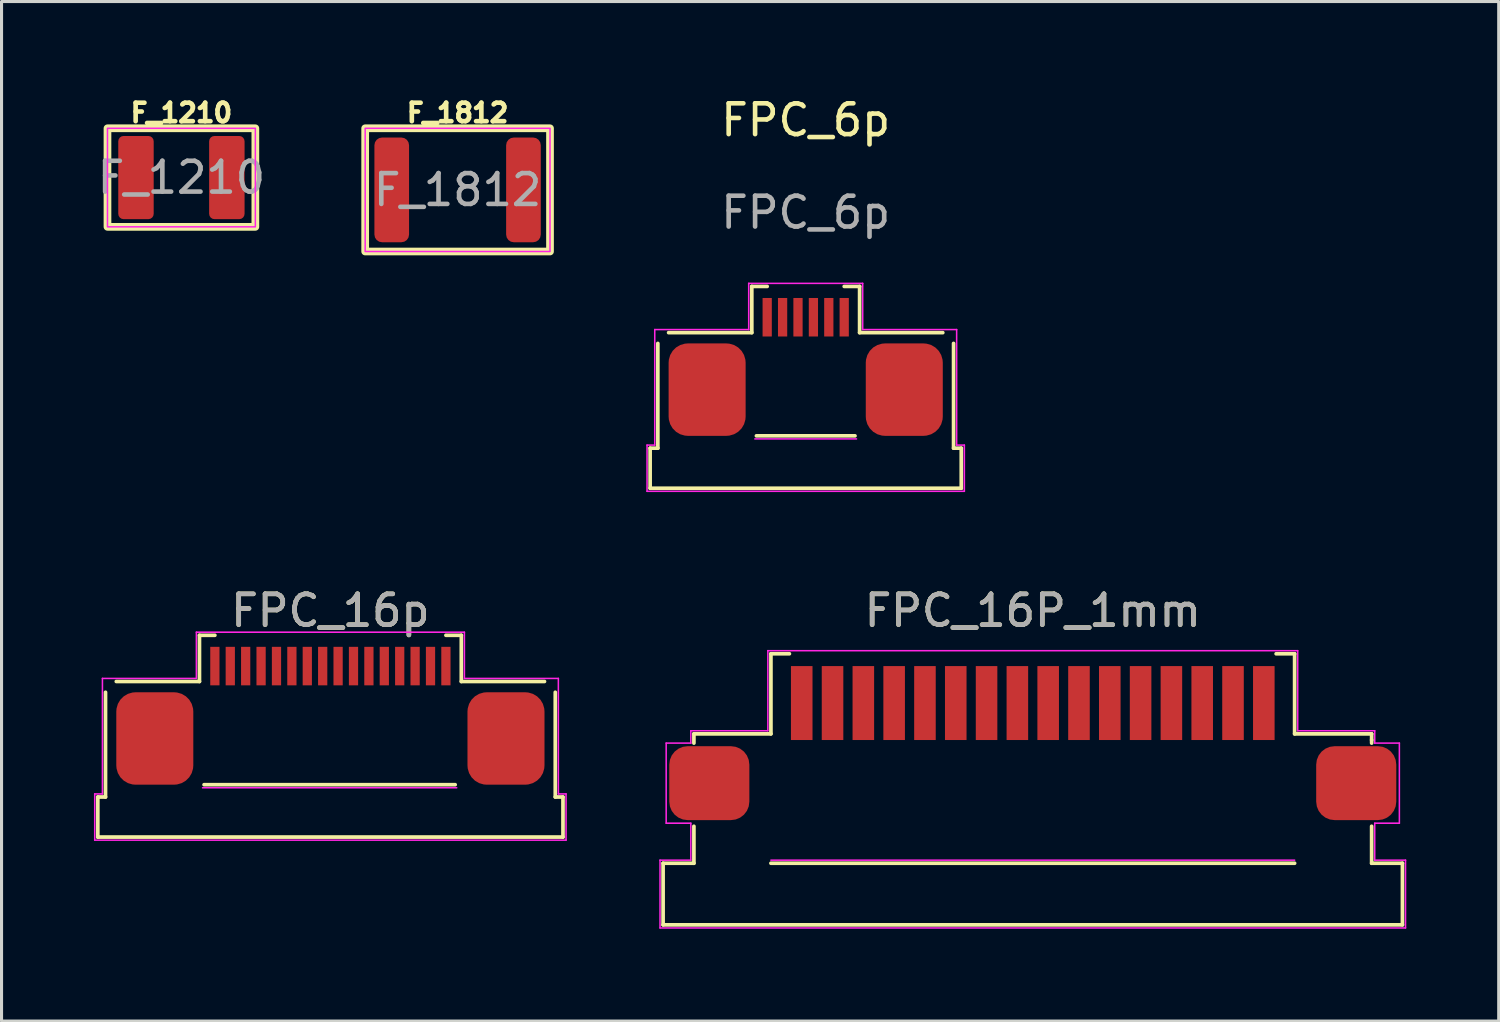
<source format=kicad_pcb>
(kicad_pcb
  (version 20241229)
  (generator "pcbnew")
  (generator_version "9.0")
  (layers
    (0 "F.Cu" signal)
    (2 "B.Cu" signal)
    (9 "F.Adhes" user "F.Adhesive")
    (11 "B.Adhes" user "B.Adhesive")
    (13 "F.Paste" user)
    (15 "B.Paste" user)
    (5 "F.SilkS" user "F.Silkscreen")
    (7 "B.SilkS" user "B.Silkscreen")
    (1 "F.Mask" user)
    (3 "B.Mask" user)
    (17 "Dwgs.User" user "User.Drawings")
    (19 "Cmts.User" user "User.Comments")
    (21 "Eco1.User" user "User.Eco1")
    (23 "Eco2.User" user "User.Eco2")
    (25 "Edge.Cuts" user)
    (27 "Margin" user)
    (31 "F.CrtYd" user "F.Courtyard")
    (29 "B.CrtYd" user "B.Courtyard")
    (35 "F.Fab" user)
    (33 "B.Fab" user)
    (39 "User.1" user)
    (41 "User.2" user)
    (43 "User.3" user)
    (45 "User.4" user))
  (footprint "FPC_6p"
    (layer "F.Cu")
    (at 23.104 9.548)
    (property "Reference" "FPC_6p" (at 0 -8.7 0) (unlocked yes) (layer "F.SilkS") (effects (font (size 1 1) (thickness 0.15))))
    (attr smd)
    (fp_line (start -5.05 1.95) (end -5.05 3.25) (stroke (width 0.12) (type solid)) (layer "F.SilkS"))
    (fp_line (start -5.05 1.95) (end -4.8 1.95) (stroke (width 0.12) (type solid)) (layer "F.SilkS"))
    (fp_line (start -5.05 3.25) (end 5.05 3.25) (stroke (width 0.12) (type solid)) (layer "F.SilkS"))
    (fp_line (start -4.8 -1.45) (end -4.8 1.95) (stroke (width 0.12) (type solid)) (layer "F.SilkS"))
    (fp_line (start -4.45 -1.8) (end -1.75 -1.8) (stroke (width 0.12) (type solid)) (layer "F.SilkS"))
    (fp_line (start -1.75 -3.3) (end -1.25 -3.3) (stroke (width 0.12) (type solid)) (layer "F.SilkS"))
    (fp_line (start -1.75 -1.8) (end -1.75 -3.3) (stroke (width 0.12) (type solid)) (layer "F.SilkS"))
    (fp_line (start -1.6 1.55) (end 1.6 1.55) (stroke (width 0.12) (type solid)) (layer "F.SilkS"))
    (fp_line (start 1.75 -3.3) (end 1.25 -3.3) (stroke (width 0.12) (type solid)) (layer "F.SilkS"))
    (fp_line (start 1.75 -1.8) (end 1.75 -3.3) (stroke (width 0.12) (type solid)) (layer "F.SilkS"))
    (fp_line (start 1.75 -1.8) (end 4.45 -1.8) (stroke (width 0.12) (type solid)) (layer "F.SilkS"))
    (fp_line (start 4.8 -1.45) (end 4.8 1.95) (stroke (width 0.12) (type solid)) (layer "F.SilkS"))
    (fp_line (start 4.8 1.95) (end 5.05 1.95) (stroke (width 0.12) (type solid)) (layer "F.SilkS"))
    (fp_line (start 5.05 1.95) (end 5.05 3.25) (stroke (width 0.12) (type solid)) (layer "F.SilkS"))
    (fp_line (start -5.15 1.85) (end -4.9 1.85) (stroke (width 0.05) (type solid)) (layer "F.CrtYd"))
    (fp_line (start -5.15 3.35) (end -5.15 1.85) (stroke (width 0.05) (type solid)) (layer "F.CrtYd"))
    (fp_line (start -4.9 -1.9) (end -1.85 -1.9) (stroke (width 0.05) (type solid)) (layer "F.CrtYd"))
    (fp_line (start -4.9 1.85) (end -4.9 -1.9) (stroke (width 0.05) (type solid)) (layer "F.CrtYd"))
    (fp_line (start -1.85 -3.4) (end 1.85 -3.4) (stroke (width 0.05) (type solid)) (layer "F.CrtYd"))
    (fp_line (start -1.85 -1.9) (end -1.85 -3.4) (stroke (width 0.05) (type solid)) (layer "F.CrtYd"))
    (fp_line (start -1.65 1.65) (end 1.65 1.65) (stroke (width 0.05) (type solid)) (layer "F.CrtYd"))
    (fp_line (start 1.85 -3.4) (end 1.85 -1.9) (stroke (width 0.05) (type solid)) (layer "F.CrtYd"))
    (fp_line (start 1.85 -1.9) (end 4.9 -1.9) (stroke (width 0.05) (type solid)) (layer "F.CrtYd"))
    (fp_line (start 4.9 -1.9) (end 4.9 1.85) (stroke (width 0.05) (type solid)) (layer "F.CrtYd"))
    (fp_line (start 4.9 1.85) (end 5.15 1.85) (stroke (width 0.05) (type solid)) (layer "F.CrtYd"))
    (fp_line (start 5.15 1.85) (end 5.15 3.35) (stroke (width 0.05) (type solid)) (layer "F.CrtYd"))
    (fp_line (start 5.15 3.35) (end -5.15 3.35) (stroke (width 0.05) (type solid)) (layer "F.CrtYd"))
    (fp_text user "${REFERENCE}" (at 0 -5.7 0) (unlocked yes) (layer "F.Fab") (effects (font (size 1 1) (thickness 0.15))))
    (pad "1" smd rect (at 1.25 -2.3 180) (size 0.3 1.25) (layers "F.Cu" "F.Mask" "F.Paste"))
    (pad "2" smd rect (at 0.75 -2.3 180) (size 0.3 1.25) (layers "F.Cu" "F.Mask" "F.Paste"))
    (pad "3" smd rect (at 0.25 -2.3 180) (size 0.3 1.25) (layers "F.Cu" "F.Mask" "F.Paste"))
    (pad "4" smd rect (at -0.25 -2.3 180) (size 0.3 1.25) (layers "F.Cu" "F.Mask" "F.Paste"))
    (pad "5" smd rect (at -0.75 -2.3 180) (size 0.3 1.25) (layers "F.Cu" "F.Mask" "F.Paste"))
    (pad "6" smd rect (at -1.25 -2.3 180) (size 0.3 1.25) (layers "F.Cu" "F.Mask" "F.Paste"))
    (pad "7" smd roundrect (at 3.2 0.05) (size 2.5 3) (layers "F.Cu" "F.Mask" "F.Paste") (roundrect_rratio 0.25))
    (pad "8" smd roundrect (at -3.2 0.05) (size 2.5 3) (layers "F.Cu" "F.Mask" "F.Paste") (roundrect_rratio 0.25)))
  (footprint "FPC_16P_1mm"
    (layer "F.Cu")
    (at 30.475 23.572)
    (property "Reference" "FPC_16P_1mm" (at 0 -6.8 0) (unlocked yes) (layer "F.SilkS") (effects (font (size 1 1) (thickness 0.15))))
    (attr smd)
    (fp_line (start -12 1.4) (end -11 1.4) (stroke (width 0.12) (type solid)) (layer "F.SilkS"))
    (fp_line (start -12 3.4) (end -12 1.4) (stroke (width 0.12) (type solid)) (layer "F.SilkS"))
    (fp_line (start -12 3.4) (end 12 3.4) (stroke (width 0.12) (type solid)) (layer "F.SilkS"))
    (fp_line (start -11 -2.8) (end -8.5 -2.8) (stroke (width 0.12) (type solid)) (layer "F.SilkS"))
    (fp_line (start -11 -2.5) (end -11 -2.8) (stroke (width 0.12) (type solid)) (layer "F.SilkS"))
    (fp_line (start -11 1.4) (end -11 0.2) (stroke (width 0.12) (type solid)) (layer "F.SilkS"))
    (fp_line (start -8.5 -5.4) (end -7.9 -5.4) (stroke (width 0.12) (type solid)) (layer "F.SilkS"))
    (fp_line (start -8.5 -2.8) (end -8.5 -5.4) (stroke (width 0.12) (type solid)) (layer "F.SilkS"))
    (fp_line (start -8.5 1.4) (end 8.5 1.4) (stroke (width 0.12) (type solid)) (layer "F.SilkS"))
    (fp_line (start 8.5 -5.4) (end 7.9 -5.4) (stroke (width 0.12) (type solid)) (layer "F.SilkS"))
    (fp_line (start 8.5 -2.8) (end 8.5 -5.4) (stroke (width 0.12) (type solid)) (layer "F.SilkS"))
    (fp_line (start 11 -2.8) (end 8.5 -2.8) (stroke (width 0.12) (type solid)) (layer "F.SilkS"))
    (fp_line (start 11 -2.6) (end 11 -2.8) (stroke (width 0.12) (type solid)) (layer "F.SilkS"))
    (fp_line (start 11 -2.6) (end 11 -2.5) (stroke (width 0.12) (type solid)) (layer "F.SilkS"))
    (fp_line (start 11 1.4) (end 11 0.2) (stroke (width 0.12) (type solid)) (layer "F.SilkS"))
    (fp_line (start 12 1.4) (end 11 1.4) (stroke (width 0.12) (type solid)) (layer "F.SilkS"))
    (fp_line (start 12 3.4) (end 12 1.4) (stroke (width 0.12) (type solid)) (layer "F.SilkS"))
    (fp_line (start -12.1 1.3) (end -11.1 1.3) (stroke (width 0.05) (type solid)) (layer "F.CrtYd"))
    (fp_line (start -12.1 3.5) (end -12.1 1.3) (stroke (width 0.05) (type solid)) (layer "F.CrtYd"))
    (fp_line (start -11.9 -2.5) (end -11.1 -2.5) (stroke (width 0.05) (type solid)) (layer "F.CrtYd"))
    (fp_line (start -11.9 0.1) (end -11.9 -2.5) (stroke (width 0.05) (type solid)) (layer "F.CrtYd"))
    (fp_line (start -11.1 -2.9) (end -8.6 -2.9) (stroke (width 0.05) (type solid)) (layer "F.CrtYd"))
    (fp_line (start -11.1 -2.5) (end -11.1 -2.9) (stroke (width 0.05) (type solid)) (layer "F.CrtYd"))
    (fp_line (start -11.1 0.1) (end -11.9 0.1) (stroke (width 0.05) (type solid)) (layer "F.CrtYd"))
    (fp_line (start -11.1 1.3) (end -11.1 0.1) (stroke (width 0.05) (type solid)) (layer "F.CrtYd"))
    (fp_line (start -8.6 -5.5) (end 8.6 -5.5) (stroke (width 0.05) (type solid)) (layer "F.CrtYd"))
    (fp_line (start -8.6 -2.9) (end -8.6 -5.5) (stroke (width 0.05) (type solid)) (layer "F.CrtYd"))
    (fp_line (start 8.5 1.3) (end -8.5 1.3) (stroke (width 0.05) (type solid)) (layer "F.CrtYd"))
    (fp_line (start 8.6 -5.5) (end 8.6 -2.9) (stroke (width 0.05) (type solid)) (layer "F.CrtYd"))
    (fp_line (start 8.6 -2.9) (end 11.1 -2.9) (stroke (width 0.05) (type solid)) (layer "F.CrtYd"))
    (fp_line (start 11.1 -2.5) (end 11.1 -2.9) (stroke (width 0.05) (type solid)) (layer "F.CrtYd"))
    (fp_line (start 11.1 0.1) (end 11.9 0.1) (stroke (width 0.05) (type solid)) (layer "F.CrtYd"))
    (fp_line (start 11.1 1.3) (end 11.1 0.1) (stroke (width 0.05) (type solid)) (layer "F.CrtYd"))
    (fp_line (start 11.1 1.3) (end 12.1 1.3) (stroke (width 0.05) (type solid)) (layer "F.CrtYd"))
    (fp_line (start 11.9 -2.5) (end 11.1 -2.5) (stroke (width 0.05) (type solid)) (layer "F.CrtYd"))
    (fp_line (start 11.9 0.1) (end 11.9 -2.5) (stroke (width 0.05) (type solid)) (layer "F.CrtYd"))
    (fp_line (start 12.1 1.3) (end 12.1 3.5) (stroke (width 0.05) (type solid)) (layer "F.CrtYd"))
    (fp_line (start 12.1 3.5) (end -12.1 3.5) (stroke (width 0.05) (type solid)) (layer "F.CrtYd"))
    (fp_text user "${REFERENCE}" (at 0 -6.8 0) (unlocked yes) (layer "F.Fab") (effects (font (size 1 1) (thickness 0.15))))
    (pad "1" smd rect (at -7.5 -3.8 180) (size 0.7 2.4) (layers "F.Cu" "F.Mask" "F.Paste"))
    (pad "2" smd rect (at -6.5 -3.8 180) (size 0.7 2.4) (layers "F.Cu" "F.Mask" "F.Paste"))
    (pad "3" smd rect (at -5.5 -3.8 180) (size 0.7 2.4) (layers "F.Cu" "F.Mask" "F.Paste"))
    (pad "4" smd rect (at -4.5 -3.8 180) (size 0.7 2.4) (layers "F.Cu" "F.Mask" "F.Paste"))
    (pad "5" smd rect (at -3.5 -3.8 180) (size 0.7 2.4) (layers "F.Cu" "F.Mask" "F.Paste"))
    (pad "6" smd rect (at -2.5 -3.8 180) (size 0.7 2.4) (layers "F.Cu" "F.Mask" "F.Paste"))
    (pad "7" smd rect (at -1.5 -3.8 180) (size 0.7 2.4) (layers "F.Cu" "F.Mask" "F.Paste"))
    (pad "8" smd rect (at -0.5 -3.8 180) (size 0.7 2.4) (layers "F.Cu" "F.Mask" "F.Paste"))
    (pad "9" smd rect (at 0.5 -3.8 180) (size 0.7 2.4) (layers "F.Cu" "F.Mask" "F.Paste"))
    (pad "10" smd rect (at 1.5 -3.8 180) (size 0.7 2.4) (layers "F.Cu" "F.Mask" "F.Paste"))
    (pad "11" smd rect (at 2.5 -3.8 180) (size 0.7 2.4) (layers "F.Cu" "F.Mask" "F.Paste"))
    (pad "12" smd rect (at 3.5 -3.8 180) (size 0.7 2.4) (layers "F.Cu" "F.Mask" "F.Paste"))
    (pad "13" smd rect (at 4.5 -3.8 180) (size 0.7 2.4) (layers "F.Cu" "F.Mask" "F.Paste"))
    (pad "14" smd rect (at 5.5 -3.8 180) (size 0.7 2.4) (layers "F.Cu" "F.Mask" "F.Paste"))
    (pad "15" smd rect (at 6.5 -3.8 180) (size 0.7 2.4) (layers "F.Cu" "F.Mask" "F.Paste"))
    (pad "16" smd rect (at 7.5 -3.8 180) (size 0.7 2.4) (layers "F.Cu" "F.Mask" "F.Paste"))
    (pad "17" smd roundrect (at 10.5 -1.2) (size 2.6 2.4) (layers "F.Cu" "F.Mask" "F.Paste") (roundrect_rratio 0.25))
    (pad "18" smd roundrect (at -10.5 -1.2) (size 2.6 2.4) (layers "F.Cu" "F.Mask" "F.Paste") (roundrect_rratio 0.25)))
  (footprint "F_1812"
    (layer "F.Cu")
    (at 11.804 3.114)
    (property "Reference" "F_1812" (at 0 -2.5 0) (unlocked yes) (layer "F.SilkS") (effects (font (size 0.6 0.6) (thickness 0.15) (bold yes))))
    (attr smd)
    (fp_rect (start -3 -2) (end 3 2) (stroke (width 0.25) (type default)) (fill no) (layer "F.SilkS"))
    (fp_rect (start -3 -2) (end 3 2) (stroke (width 0.05) (type default)) (fill no) (layer "F.CrtYd"))
    (fp_text user "${REFERENCE}" (at 0 0 0) (unlocked yes) (layer "F.Fab") (effects (font (size 1 1) (thickness 0.15))))
    (pad "1" smd roundrect (at -2.138 0) (size 1.125 3.4) (layers "F.Cu" "F.Mask" "F.Paste") (roundrect_rratio 0.222))
    (pad "2" smd roundrect (at 2.138 0) (size 1.125 3.4) (layers "F.Cu" "F.Mask" "F.Paste") (roundrect_rratio 0.222)))
  (footprint "FPC_16p"
    (layer "F.Cu")
    (at 7.675 20.922)
    (property "Reference" "FPC_16p" (at 0 -4.15 0) (unlocked yes) (layer "F.SilkS") (effects (font (size 1 1) (thickness 0.15))))
    (attr smd)
    (fp_line (start -7.55 1.9) (end -7.55 3.2) (stroke (width 0.12) (type solid)) (layer "F.SilkS"))
    (fp_line (start -7.55 1.9) (end -7.3 1.9) (stroke (width 0.12) (type solid)) (layer "F.SilkS"))
    (fp_line (start -7.55 3.2) (end 7.55 3.2) (stroke (width 0.12) (type solid)) (layer "F.SilkS"))
    (fp_line (start -7.3 -1.5) (end -7.3 1.9) (stroke (width 0.12) (type solid)) (layer "F.SilkS"))
    (fp_line (start -6.95 -1.85) (end -4.25 -1.85) (stroke (width 0.12) (type solid)) (layer "F.SilkS"))
    (fp_line (start -4.25 -3.35) (end -3.75 -3.35) (stroke (width 0.12) (type solid)) (layer "F.SilkS"))
    (fp_line (start -4.25 -1.85) (end -4.25 -3.35) (stroke (width 0.12) (type solid)) (layer "F.SilkS"))
    (fp_line (start -4.1 1.5) (end 4.05 1.5) (stroke (width 0.12) (type solid)) (layer "F.SilkS"))
    (fp_line (start 4.25 -3.35) (end 3.75 -3.35) (stroke (width 0.12) (type solid)) (layer "F.SilkS"))
    (fp_line (start 4.25 -1.85) (end 4.25 -3.35) (stroke (width 0.12) (type solid)) (layer "F.SilkS"))
    (fp_line (start 4.25 -1.85) (end 6.95 -1.85) (stroke (width 0.12) (type solid)) (layer "F.SilkS"))
    (fp_line (start 7.3 -1.5) (end 7.3 1.9) (stroke (width 0.12) (type solid)) (layer "F.SilkS"))
    (fp_line (start 7.3 1.9) (end 7.55 1.9) (stroke (width 0.12) (type solid)) (layer "F.SilkS"))
    (fp_line (start 7.55 1.9) (end 7.55 3.2) (stroke (width 0.12) (type solid)) (layer "F.SilkS"))
    (fp_line (start -7.65 1.8) (end -7.4 1.8) (stroke (width 0.05) (type solid)) (layer "F.CrtYd"))
    (fp_line (start -7.65 3.3) (end -7.65 1.8) (stroke (width 0.05) (type solid)) (layer "F.CrtYd"))
    (fp_line (start -7.4 -1.95) (end -4.35 -1.95) (stroke (width 0.05) (type solid)) (layer "F.CrtYd"))
    (fp_line (start -7.4 1.8) (end -7.4 -1.95) (stroke (width 0.05) (type solid)) (layer "F.CrtYd"))
    (fp_line (start -4.35 -3.45) (end 4.35 -3.45) (stroke (width 0.05) (type solid)) (layer "F.CrtYd"))
    (fp_line (start -4.35 -1.95) (end -4.35 -3.45) (stroke (width 0.05) (type solid)) (layer "F.CrtYd"))
    (fp_line (start -4.15 1.6) (end 4.1 1.6) (stroke (width 0.05) (type solid)) (layer "F.CrtYd"))
    (fp_line (start 4.35 -3.45) (end 4.35 -1.95) (stroke (width 0.05) (type solid)) (layer "F.CrtYd"))
    (fp_line (start 4.35 -1.95) (end 7.4 -1.95) (stroke (width 0.05) (type solid)) (layer "F.CrtYd"))
    (fp_line (start 7.4 -1.95) (end 7.4 1.8) (stroke (width 0.05) (type solid)) (layer "F.CrtYd"))
    (fp_line (start 7.4 1.8) (end 7.65 1.8) (stroke (width 0.05) (type solid)) (layer "F.CrtYd"))
    (fp_line (start 7.65 1.8) (end 7.65 3.3) (stroke (width 0.05) (type solid)) (layer "F.CrtYd"))
    (fp_line (start 7.65 3.3) (end -7.65 3.3) (stroke (width 0.05) (type solid)) (layer "F.CrtYd"))
    (fp_text user "${REFERENCE}" (at 0 -4.15 0) (unlocked yes) (layer "F.Fab") (effects (font (size 1 1) (thickness 0.15))))
    (pad "1" smd rect (at 3.75 -2.35 180) (size 0.3 1.25) (layers "F.Cu" "F.Mask" "F.Paste"))
    (pad "2" smd rect (at 3.25 -2.35 180) (size 0.3 1.25) (layers "F.Cu" "F.Mask" "F.Paste"))
    (pad "3" smd rect (at 2.75 -2.35 180) (size 0.3 1.25) (layers "F.Cu" "F.Mask" "F.Paste"))
    (pad "4" smd rect (at 2.25 -2.35 180) (size 0.3 1.25) (layers "F.Cu" "F.Mask" "F.Paste"))
    (pad "5" smd rect (at 1.75 -2.35 180) (size 0.3 1.25) (layers "F.Cu" "F.Mask" "F.Paste"))
    (pad "6" smd rect (at 1.25 -2.35 180) (size 0.3 1.25) (layers "F.Cu" "F.Mask" "F.Paste"))
    (pad "7" smd rect (at 0.75 -2.35 180) (size 0.3 1.25) (layers "F.Cu" "F.Mask" "F.Paste"))
    (pad "8" smd rect (at 0.25 -2.35 180) (size 0.3 1.25) (layers "F.Cu" "F.Mask" "F.Paste"))
    (pad "9" smd rect (at -0.25 -2.35 180) (size 0.3 1.25) (layers "F.Cu" "F.Mask" "F.Paste"))
    (pad "10" smd rect (at -0.75 -2.35 180) (size 0.3 1.25) (layers "F.Cu" "F.Mask" "F.Paste"))
    (pad "11" smd rect (at -1.25 -2.35 180) (size 0.3 1.25) (layers "F.Cu" "F.Mask" "F.Paste"))
    (pad "12" smd rect (at -1.75 -2.35 180) (size 0.3 1.25) (layers "F.Cu" "F.Mask" "F.Paste"))
    (pad "13" smd rect (at -2.25 -2.35 180) (size 0.3 1.25) (layers "F.Cu" "F.Mask" "F.Paste"))
    (pad "14" smd rect (at -2.75 -2.35 180) (size 0.3 1.25) (layers "F.Cu" "F.Mask" "F.Paste"))
    (pad "15" smd rect (at -3.25 -2.35 180) (size 0.3 1.25) (layers "F.Cu" "F.Mask" "F.Paste"))
    (pad "16" smd rect (at -3.75 -2.35 180) (size 0.3 1.25) (layers "F.Cu" "F.Mask" "F.Paste"))
    (pad "17" smd roundrect (at 5.7 0) (size 2.5 3) (layers "F.Cu" "F.Mask" "F.Paste") (roundrect_rratio 0.25))
    (pad "18" smd roundrect (at -5.7 0) (size 2.5 3) (layers "F.Cu" "F.Mask" "F.Paste") (roundrect_rratio 0.25)))
  (footprint "F_1210"
    (layer "F.Cu")
    (at 2.839 2.714)
    (property "Reference" "F_1210" (at 0 -2.1 0) (unlocked yes) (layer "F.SilkS") (effects (font (size 0.6 0.6) (thickness 0.15) (bold yes))))
    (attr smd)
    (fp_rect (start -2.4 -1.6) (end 2.4 1.6) (stroke (width 0.25) (type default)) (fill no) (layer "F.SilkS"))
    (fp_rect (start -2.4 -1.6) (end 2.4 1.6) (stroke (width 0.05) (type default)) (fill no) (layer "F.CrtYd"))
    (fp_text user "${REFERENCE}" (at 0 0 0) (unlocked yes) (layer "F.Fab") (effects (font (size 1 1) (thickness 0.15))))
    (pad "1" smd roundrect (at -1.475 0) (size 1.15 2.7) (layers "F.Cu" "F.Mask" "F.Paste") (roundrect_rratio 0.15))
    (pad "2" smd roundrect (at 1.475 0) (size 1.15 2.7) (layers "F.Cu" "F.Mask" "F.Paste") (roundrect_rratio 0.15)))
  (gr_rect
    (start -3 -3)
    (end 45.6 30.096)
    (stroke (width 0.1) (type default))
    (fill no)
    (layer "Edge.Cuts")))
</source>
